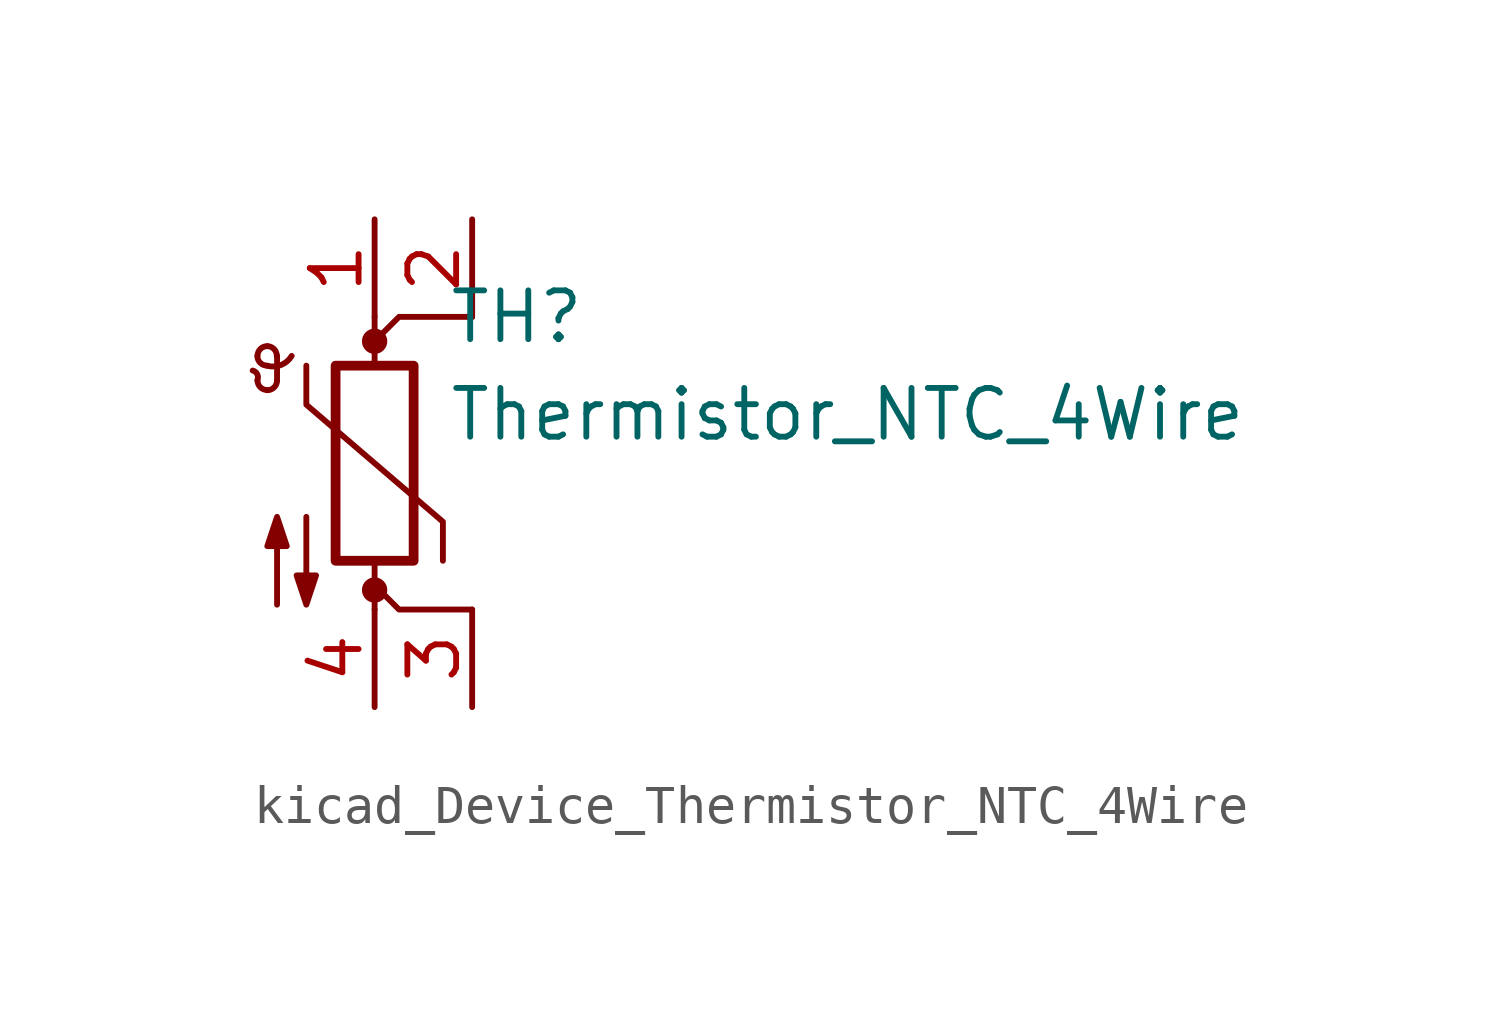
<source format=kicad_sym>
(kicad_symbol_lib
  (version 20220914)
  (generator kicad_symbol_editor)
  (symbol "kicad_Device_Thermistor_NTC_4Wire"
    (pin_names
      (offset 0))
    (property "Reference" "TH"
      (at 1.905 3.81 0)
      (effects (font (size 1.27 1.27)) (justify left)))
    (property "Value" "Thermistor_NTC_4Wire"
      (at 1.905 1.27 0)
      (effects (font (size 1.27 1.27)) (justify left)))
    (symbol "kicad_Device_Thermistor_NTC_4Wire_0_1"
      (arc (start -3.048 2.159) (mid -3.0495 2.3143) (end -3.175 2.413) (stroke (width 0) (type default)) (fill (type none)))
      (arc (start -3.048 2.159) (mid -2.9736 1.9794) (end -2.794 1.905) (stroke (width 0) (type default)) (fill (type none)))
      (arc (start -3.048 2.794) (mid -2.9736 2.6144) (end -2.794 2.54) (stroke (width 0) (type default)) (fill (type none)))
      (arc (start -2.794 1.905) (mid -2.6144 1.9794) (end -2.54 2.159) (stroke (width 0) (type default)) (fill (type none)))
      (arc (start -2.794 2.54) (mid -2.4393 2.5587) (end -2.159 2.794) (stroke (width 0) (type default)) (fill (type none)))
      (arc (start -2.794 3.048) (mid -2.9736 2.9736) (end -3.048 2.794) (stroke (width 0) (type default)) (fill (type none)))
      (arc (start -2.54 2.794) (mid -2.6144 2.9736) (end -2.794 3.048) (stroke (width 0) (type default)) (fill (type none)))
      (rectangle (start -1.016 2.54) (end 1.016 -2.54) (stroke (width 0.254) (type default)) (fill (type none)))
      (circle (center 0 -3.302) (radius 0.254) (stroke (width 0) (type default)) (fill (type outline)))
      (polyline (pts (xy -2.54 2.159) (xy -2.54 2.794)) (stroke (width 0) (type default)) (fill (type none)))
      (polyline (pts (xy 0 -3.81) (xy 0 -2.54)) (stroke (width 0) (type default)) (fill (type none)))
      (polyline (pts (xy 0 3.175) (xy 0 3.175)) (stroke (width 0) (type default)) (fill (type none)))
      (polyline (pts (xy 0 3.81) (xy 0 2.54)) (stroke (width 0) (type default)) (fill (type none)))
      (polyline (pts (xy 2.54 -3.81) (xy 0.635 -3.81) (xy 0 -3.175)) (stroke (width 0) (type default)) (fill (type none)))
      (polyline (pts (xy 2.54 3.81) (xy 0.635 3.81) (xy 0 3.175)) (stroke (width 0) (type default)) (fill (type none)))
      (polyline (pts (xy -1.778 2.54) (xy -1.778 1.524) (xy 1.778 -1.524) (xy 1.778 -2.54)) (stroke (width 0) (type default)) (fill (type none)))
      (polyline (pts (xy -2.54 -3.683) (xy -2.54 -1.397) (xy -2.794 -2.159) (xy -2.286 -2.159) (xy -2.54 -1.397) (xy -2.54 -1.651)) (stroke (width 0) (type default)) (fill (type outline)))
      (polyline (pts (xy -1.778 -1.397) (xy -1.778 -3.683) (xy -2.032 -2.921) (xy -1.524 -2.921) (xy -1.778 -3.683) (xy -1.778 -3.429)) (stroke (width 0) (type default)) (fill (type outline)))
      (circle (center 0 3.175) (radius 0.254) (stroke (width 0) (type default)) (fill (type outline))))
    (symbol "kicad_Device_Thermistor_NTC_4Wire_1_1"
      (pin passive line (at 0 6.35 270) (length 2.54) (name "~" (effects (font (size 1.27 1.27)))) (number "1" (effects (font (size 1.27 1.27)))))
      (pin passive line (at 2.54 6.35 270) (length 2.54) (name "~" (effects (font (size 1.27 1.27)))) (number "2" (effects (font (size 1.27 1.27)))))
      (pin passive line (at 2.54 -6.35 90) (length 2.54) (name "~" (effects (font (size 1.27 1.27)))) (number "3" (effects (font (size 1.27 1.27)))))
      (pin passive line (at 0 -6.35 90) (length 2.54) (name "~" (effects (font (size 1.27 1.27)))) (number "4" (effects (font (size 1.27 1.27))))))))
</source>
